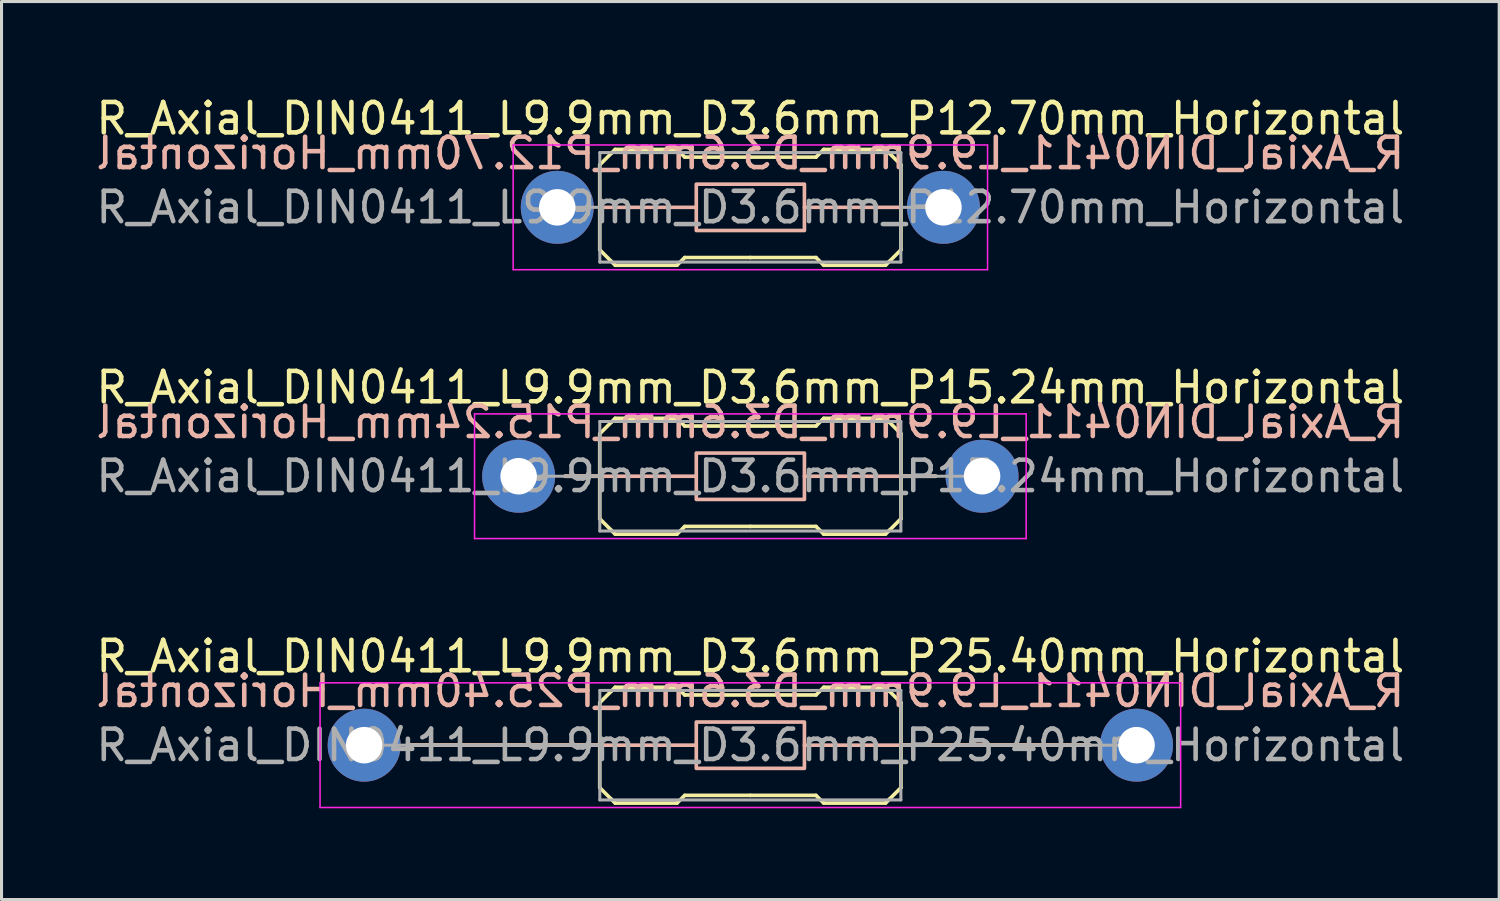
<source format=kicad_pcb>
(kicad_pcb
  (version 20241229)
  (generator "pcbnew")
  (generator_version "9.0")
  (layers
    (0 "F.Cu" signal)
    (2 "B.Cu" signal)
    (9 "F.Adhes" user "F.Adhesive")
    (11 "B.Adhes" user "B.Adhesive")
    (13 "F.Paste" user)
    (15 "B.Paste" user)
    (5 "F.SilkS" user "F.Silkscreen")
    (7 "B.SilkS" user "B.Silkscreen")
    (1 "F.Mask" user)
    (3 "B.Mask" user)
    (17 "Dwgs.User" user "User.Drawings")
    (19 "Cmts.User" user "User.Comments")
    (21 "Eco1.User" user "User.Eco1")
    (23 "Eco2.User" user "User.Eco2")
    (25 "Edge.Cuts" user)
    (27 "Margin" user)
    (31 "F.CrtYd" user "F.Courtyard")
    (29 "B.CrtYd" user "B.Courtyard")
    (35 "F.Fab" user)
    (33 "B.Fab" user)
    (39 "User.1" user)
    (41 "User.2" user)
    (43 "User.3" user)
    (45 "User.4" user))
  (footprint "R_Axial_DIN0411_L9.9mm_D3.6mm_P25.40mm_Horizontal"
    (layer "F.Cu")
    (at 8.925 21.455)
    (property "Reference" "R_Axial_DIN0411_L9.9mm_D3.6mm_P25.40mm_Horizontal" (at 12.7 -2.92 0) (layer "F.SilkS") (effects (font (size 1 1) (thickness 0.15))))
    (fp_line (start 7.747 -1.397) (end 8.128 -1.778) (stroke (width 0.12) (type solid)) (layer "F.SilkS"))
    (fp_line (start 7.747 0) (end 1.524 0) (stroke (width 0.12) (type solid)) (layer "F.SilkS"))
    (fp_line (start 7.747 1.397) (end 7.747 -1.397) (stroke (width 0.12) (type solid)) (layer "F.SilkS"))
    (fp_line (start 7.747 1.397) (end 8.128 1.778) (stroke (width 0.12) (type solid)) (layer "F.SilkS"))
    (fp_line (start 8.128 -1.778) (end 8.255 -1.905) (stroke (width 0.12) (type solid)) (layer "F.SilkS"))
    (fp_line (start 8.128 1.778) (end 8.255 1.905) (stroke (width 0.12) (type solid)) (layer "F.SilkS"))
    (fp_line (start 8.255 -1.905) (end 10.287 -1.905) (stroke (width 0.12) (type solid)) (layer "F.SilkS"))
    (fp_line (start 8.255 1.905) (end 10.287 1.905) (stroke (width 0.12) (type solid)) (layer "F.SilkS"))
    (fp_line (start 10.287 -1.905) (end 10.541 -1.651) (stroke (width 0.12) (type solid)) (layer "F.SilkS"))
    (fp_line (start 10.287 1.905) (end 10.541 1.651) (stroke (width 0.12) (type solid)) (layer "F.SilkS"))
    (fp_line (start 10.541 -1.651) (end 12.7 -1.651) (stroke (width 0.12) (type solid)) (layer "F.SilkS"))
    (fp_line (start 10.541 1.651) (end 12.7 1.651) (stroke (width 0.12) (type solid)) (layer "F.SilkS"))
    (fp_line (start 14.859 -1.651) (end 12.7 -1.651) (stroke (width 0.12) (type solid)) (layer "F.SilkS"))
    (fp_line (start 14.859 1.651) (end 12.7 1.651) (stroke (width 0.12) (type solid)) (layer "F.SilkS"))
    (fp_line (start 15.113 -1.905) (end 14.859 -1.651) (stroke (width 0.12) (type solid)) (layer "F.SilkS"))
    (fp_line (start 15.113 1.905) (end 14.859 1.651) (stroke (width 0.12) (type solid)) (layer "F.SilkS"))
    (fp_line (start 17.145 -1.905) (end 15.113 -1.905) (stroke (width 0.12) (type solid)) (layer "F.SilkS"))
    (fp_line (start 17.145 1.905) (end 15.113 1.905) (stroke (width 0.12) (type solid)) (layer "F.SilkS"))
    (fp_line (start 17.272 -1.778) (end 17.145 -1.905) (stroke (width 0.12) (type solid)) (layer "F.SilkS"))
    (fp_line (start 17.272 1.778) (end 17.145 1.905) (stroke (width 0.12) (type solid)) (layer "F.SilkS"))
    (fp_line (start 17.653 -1.397) (end 17.272 -1.778) (stroke (width 0.12) (type solid)) (layer "F.SilkS"))
    (fp_line (start 17.653 0) (end 23.876 0) (stroke (width 0.12) (type solid)) (layer "F.SilkS"))
    (fp_line (start 17.653 1.397) (end 17.272 1.778) (stroke (width 0.12) (type solid)) (layer "F.SilkS"))
    (fp_line (start 17.653 1.397) (end 17.653 -1.397) (stroke (width 0.12) (type solid)) (layer "F.SilkS"))
    (fp_line (start 10.922 0) (end 1.524 0) (stroke (width 0.12) (type solid)) (layer "B.SilkS"))
    (fp_line (start 14.478 0) (end 23.876 0) (stroke (width 0.12) (type solid)) (layer "B.SilkS"))
    (fp_rect (start 10.922 -0.762) (end 14.478 0.762) (stroke (width 0.12) (type solid)) (fill no) (layer "B.SilkS"))
    (fp_line (start -1.45 -2.05) (end -1.45 2.05) (stroke (width 0.05) (type solid)) (layer "F.CrtYd"))
    (fp_line (start -1.45 2.05) (end 26.85 2.05) (stroke (width 0.05) (type solid)) (layer "F.CrtYd"))
    (fp_line (start 26.85 -2.05) (end -1.45 -2.05) (stroke (width 0.05) (type solid)) (layer "F.CrtYd"))
    (fp_line (start 26.85 2.05) (end 26.85 -2.05) (stroke (width 0.05) (type solid)) (layer "F.CrtYd"))
    (fp_line (start 0 0) (end 7.75 0) (stroke (width 0.1) (type solid)) (layer "F.Fab"))
    (fp_line (start 7.75 -1.8) (end 7.75 1.8) (stroke (width 0.1) (type solid)) (layer "F.Fab"))
    (fp_line (start 7.75 1.8) (end 17.65 1.8) (stroke (width 0.1) (type solid)) (layer "F.Fab"))
    (fp_line (start 17.65 -1.8) (end 7.75 -1.8) (stroke (width 0.1) (type solid)) (layer "F.Fab"))
    (fp_line (start 17.65 1.8) (end 17.65 -1.8) (stroke (width 0.1) (type solid)) (layer "F.Fab"))
    (fp_line (start 25.4 0) (end 17.65 0) (stroke (width 0.1) (type solid)) (layer "F.Fab"))
    (fp_text user "${REFERENCE}" (at 12.7 -1.778 0) (layer "B.SilkS") (effects (font (size 1 1) (thickness 0.15)) (justify mirror)))
    (fp_text user "${REFERENCE}" (at 12.7 0 0) (layer "F.Fab") (effects (font (size 1 1) (thickness 0.15))))
    (pad "1" thru_hole circle (at 0 0) (size 2.4 2.4) (drill 1.2) (layers "*.Cu" "*.Mask"))
    (pad "2" thru_hole oval (at 25.4 0) (size 2.4 2.4) (drill 1.2) (layers "*.Cu" "*.Mask")))
  (footprint "R_Axial_DIN0411_L9.9mm_D3.6mm_P12.70mm_Horizontal"
    (layer "F.Cu")
    (at 15.275 3.768)
    (property "Reference" "R_Axial_DIN0411_L9.9mm_D3.6mm_P12.70mm_Horizontal" (at 6.35 -2.92 0) (layer "F.SilkS") (effects (font (size 1 1) (thickness 0.15))))
    (fp_line (start 1.397 -1.397) (end 1.778 -1.778) (stroke (width 0.12) (type solid)) (layer "F.SilkS"))
    (fp_line (start 1.397 1.397) (end 1.397 -1.397) (stroke (width 0.12) (type solid)) (layer "F.SilkS"))
    (fp_line (start 1.397 1.397) (end 1.778 1.778) (stroke (width 0.12) (type solid)) (layer "F.SilkS"))
    (fp_line (start 1.778 -1.778) (end 1.905 -1.905) (stroke (width 0.12) (type solid)) (layer "F.SilkS"))
    (fp_line (start 1.778 1.778) (end 1.905 1.905) (stroke (width 0.12) (type solid)) (layer "F.SilkS"))
    (fp_line (start 1.905 -1.905) (end 3.937 -1.905) (stroke (width 0.12) (type solid)) (layer "F.SilkS"))
    (fp_line (start 1.905 1.905) (end 3.937 1.905) (stroke (width 0.12) (type solid)) (layer "F.SilkS"))
    (fp_line (start 3.937 -1.905) (end 4.191 -1.651) (stroke (width 0.12) (type solid)) (layer "F.SilkS"))
    (fp_line (start 3.937 1.905) (end 4.191 1.651) (stroke (width 0.12) (type solid)) (layer "F.SilkS"))
    (fp_line (start 4.191 -1.651) (end 6.35 -1.651) (stroke (width 0.12) (type solid)) (layer "F.SilkS"))
    (fp_line (start 4.191 1.651) (end 6.35 1.651) (stroke (width 0.12) (type solid)) (layer "F.SilkS"))
    (fp_line (start 8.509 -1.651) (end 6.35 -1.651) (stroke (width 0.12) (type solid)) (layer "F.SilkS"))
    (fp_line (start 8.509 1.651) (end 6.35 1.651) (stroke (width 0.12) (type solid)) (layer "F.SilkS"))
    (fp_line (start 8.763 -1.905) (end 8.509 -1.651) (stroke (width 0.12) (type solid)) (layer "F.SilkS"))
    (fp_line (start 8.763 1.905) (end 8.509 1.651) (stroke (width 0.12) (type solid)) (layer "F.SilkS"))
    (fp_line (start 10.795 -1.905) (end 8.763 -1.905) (stroke (width 0.12) (type solid)) (layer "F.SilkS"))
    (fp_line (start 10.795 1.905) (end 8.763 1.905) (stroke (width 0.12) (type solid)) (layer "F.SilkS"))
    (fp_line (start 10.922 -1.778) (end 10.795 -1.905) (stroke (width 0.12) (type solid)) (layer "F.SilkS"))
    (fp_line (start 10.922 1.778) (end 10.795 1.905) (stroke (width 0.12) (type solid)) (layer "F.SilkS"))
    (fp_line (start 11.303 -1.397) (end 10.922 -1.778) (stroke (width 0.12) (type solid)) (layer "F.SilkS"))
    (fp_line (start 11.303 1.397) (end 10.922 1.778) (stroke (width 0.12) (type solid)) (layer "F.SilkS"))
    (fp_line (start 11.303 1.397) (end 11.303 -1.397) (stroke (width 0.12) (type solid)) (layer "F.SilkS"))
    (fp_line (start 4.572 0) (end 1.397 0) (stroke (width 0.12) (type solid)) (layer "B.SilkS"))
    (fp_line (start 8.128 0) (end 11.303 0) (stroke (width 0.12) (type solid)) (layer "B.SilkS"))
    (fp_rect (start 4.572 -0.762) (end 8.128 0.762) (stroke (width 0.12) (type solid)) (fill no) (layer "B.SilkS"))
    (fp_line (start -1.45 -2.05) (end -1.45 2.05) (stroke (width 0.05) (type solid)) (layer "F.CrtYd"))
    (fp_line (start -1.45 2.05) (end 14.15 2.05) (stroke (width 0.05) (type solid)) (layer "F.CrtYd"))
    (fp_line (start 14.15 -2.05) (end -1.45 -2.05) (stroke (width 0.05) (type solid)) (layer "F.CrtYd"))
    (fp_line (start 14.15 2.05) (end 14.15 -2.05) (stroke (width 0.05) (type solid)) (layer "F.CrtYd"))
    (fp_line (start 0 0) (end 1.4 0) (stroke (width 0.1) (type solid)) (layer "F.Fab"))
    (fp_line (start 1.4 -1.8) (end 1.4 1.8) (stroke (width 0.1) (type solid)) (layer "F.Fab"))
    (fp_line (start 1.4 1.8) (end 11.3 1.8) (stroke (width 0.1) (type solid)) (layer "F.Fab"))
    (fp_line (start 11.3 -1.8) (end 1.4 -1.8) (stroke (width 0.1) (type solid)) (layer "F.Fab"))
    (fp_line (start 11.3 1.8) (end 11.3 -1.8) (stroke (width 0.1) (type solid)) (layer "F.Fab"))
    (fp_line (start 12.7 0) (end 11.3 0) (stroke (width 0.1) (type solid)) (layer "F.Fab"))
    (fp_text user "${REFERENCE}" (at 6.35 -1.778 0) (layer "B.SilkS") (effects (font (size 1 1) (thickness 0.15)) (justify mirror)))
    (fp_text user "${REFERENCE}" (at 6.35 0 0) (layer "F.Fab") (effects (font (size 1 1) (thickness 0.15))))
    (pad "1" thru_hole circle (at 0 0) (size 2.4 2.4) (drill 1.2) (layers "*.Cu" "*.Mask"))
    (pad "2" thru_hole oval (at 12.7 0) (size 2.4 2.4) (drill 1.2) (layers "*.Cu" "*.Mask")))
  (footprint "R_Axial_DIN0411_L9.9mm_D3.6mm_P15.24mm_Horizontal"
    (layer "F.Cu")
    (at 14.005 12.611)
    (property "Reference" "R_Axial_DIN0411_L9.9mm_D3.6mm_P15.24mm_Horizontal" (at 7.62 -2.92 0) (layer "F.SilkS") (effects (font (size 1 1) (thickness 0.15))))
    (fp_line (start 2.667 -1.397) (end 3.048 -1.778) (stroke (width 0.12) (type solid)) (layer "F.SilkS"))
    (fp_line (start 2.667 0) (end 1.524 0) (stroke (width 0.12) (type solid)) (layer "F.SilkS"))
    (fp_line (start 2.667 1.397) (end 2.667 -1.397) (stroke (width 0.12) (type solid)) (layer "F.SilkS"))
    (fp_line (start 2.667 1.397) (end 3.048 1.778) (stroke (width 0.12) (type solid)) (layer "F.SilkS"))
    (fp_line (start 3.048 -1.778) (end 3.175 -1.905) (stroke (width 0.12) (type solid)) (layer "F.SilkS"))
    (fp_line (start 3.048 1.778) (end 3.175 1.905) (stroke (width 0.12) (type solid)) (layer "F.SilkS"))
    (fp_line (start 3.175 -1.905) (end 5.207 -1.905) (stroke (width 0.12) (type solid)) (layer "F.SilkS"))
    (fp_line (start 3.175 1.905) (end 5.207 1.905) (stroke (width 0.12) (type solid)) (layer "F.SilkS"))
    (fp_line (start 5.207 -1.905) (end 5.461 -1.651) (stroke (width 0.12) (type solid)) (layer "F.SilkS"))
    (fp_line (start 5.207 1.905) (end 5.461 1.651) (stroke (width 0.12) (type solid)) (layer "F.SilkS"))
    (fp_line (start 5.461 -1.651) (end 7.62 -1.651) (stroke (width 0.12) (type solid)) (layer "F.SilkS"))
    (fp_line (start 5.461 1.651) (end 7.62 1.651) (stroke (width 0.12) (type solid)) (layer "F.SilkS"))
    (fp_line (start 9.779 -1.651) (end 7.62 -1.651) (stroke (width 0.12) (type solid)) (layer "F.SilkS"))
    (fp_line (start 9.779 1.651) (end 7.62 1.651) (stroke (width 0.12) (type solid)) (layer "F.SilkS"))
    (fp_line (start 10.033 -1.905) (end 9.779 -1.651) (stroke (width 0.12) (type solid)) (layer "F.SilkS"))
    (fp_line (start 10.033 1.905) (end 9.779 1.651) (stroke (width 0.12) (type solid)) (layer "F.SilkS"))
    (fp_line (start 12.065 -1.905) (end 10.033 -1.905) (stroke (width 0.12) (type solid)) (layer "F.SilkS"))
    (fp_line (start 12.065 1.905) (end 10.033 1.905) (stroke (width 0.12) (type solid)) (layer "F.SilkS"))
    (fp_line (start 12.192 -1.778) (end 12.065 -1.905) (stroke (width 0.12) (type solid)) (layer "F.SilkS"))
    (fp_line (start 12.192 1.778) (end 12.065 1.905) (stroke (width 0.12) (type solid)) (layer "F.SilkS"))
    (fp_line (start 12.573 -1.397) (end 12.192 -1.778) (stroke (width 0.12) (type solid)) (layer "F.SilkS"))
    (fp_line (start 12.573 0) (end 13.716 0) (stroke (width 0.12) (type solid)) (layer "F.SilkS"))
    (fp_line (start 12.573 1.397) (end 12.192 1.778) (stroke (width 0.12) (type solid)) (layer "F.SilkS"))
    (fp_line (start 12.573 1.397) (end 12.573 -1.397) (stroke (width 0.12) (type solid)) (layer "F.SilkS"))
    (fp_line (start 5.842 0) (end 1.524 0) (stroke (width 0.12) (type solid)) (layer "B.SilkS"))
    (fp_line (start 9.398 0) (end 13.716 0) (stroke (width 0.12) (type solid)) (layer "B.SilkS"))
    (fp_rect (start 5.842 -0.762) (end 9.398 0.762) (stroke (width 0.12) (type solid)) (fill no) (layer "B.SilkS"))
    (fp_line (start -1.45 -2.05) (end -1.45 2.05) (stroke (width 0.05) (type solid)) (layer "F.CrtYd"))
    (fp_line (start -1.45 2.05) (end 16.69 2.05) (stroke (width 0.05) (type solid)) (layer "F.CrtYd"))
    (fp_line (start 16.69 -2.05) (end -1.45 -2.05) (stroke (width 0.05) (type solid)) (layer "F.CrtYd"))
    (fp_line (start 16.69 2.05) (end 16.69 -2.05) (stroke (width 0.05) (type solid)) (layer "F.CrtYd"))
    (fp_line (start 0 0) (end 2.67 0) (stroke (width 0.1) (type solid)) (layer "F.Fab"))
    (fp_line (start 2.67 -1.8) (end 2.67 1.8) (stroke (width 0.1) (type solid)) (layer "F.Fab"))
    (fp_line (start 2.67 1.8) (end 12.57 1.8) (stroke (width 0.1) (type solid)) (layer "F.Fab"))
    (fp_line (start 12.57 -1.8) (end 2.67 -1.8) (stroke (width 0.1) (type solid)) (layer "F.Fab"))
    (fp_line (start 12.57 1.8) (end 12.57 -1.8) (stroke (width 0.1) (type solid)) (layer "F.Fab"))
    (fp_line (start 15.24 0) (end 12.57 0) (stroke (width 0.1) (type solid)) (layer "F.Fab"))
    (fp_text user "${REFERENCE}" (at 7.62 -1.778 0) (layer "B.SilkS") (effects (font (size 1 1) (thickness 0.15)) (justify mirror)))
    (fp_text user "${REFERENCE}" (at 7.62 0 0) (layer "F.Fab") (effects (font (size 1 1) (thickness 0.15))))
    (pad "1" thru_hole circle (at 0 0) (size 2.4 2.4) (drill 1.2) (layers "*.Cu" "*.Mask"))
    (pad "2" thru_hole oval (at 15.24 0) (size 2.4 2.4) (drill 1.2) (layers "*.Cu" "*.Mask")))
  (gr_rect
    (start -3 -3)
    (end 46.25 26.53)
    (stroke (width 0.1) (type default))
    (fill no)
    (layer "Edge.Cuts")))
</source>
